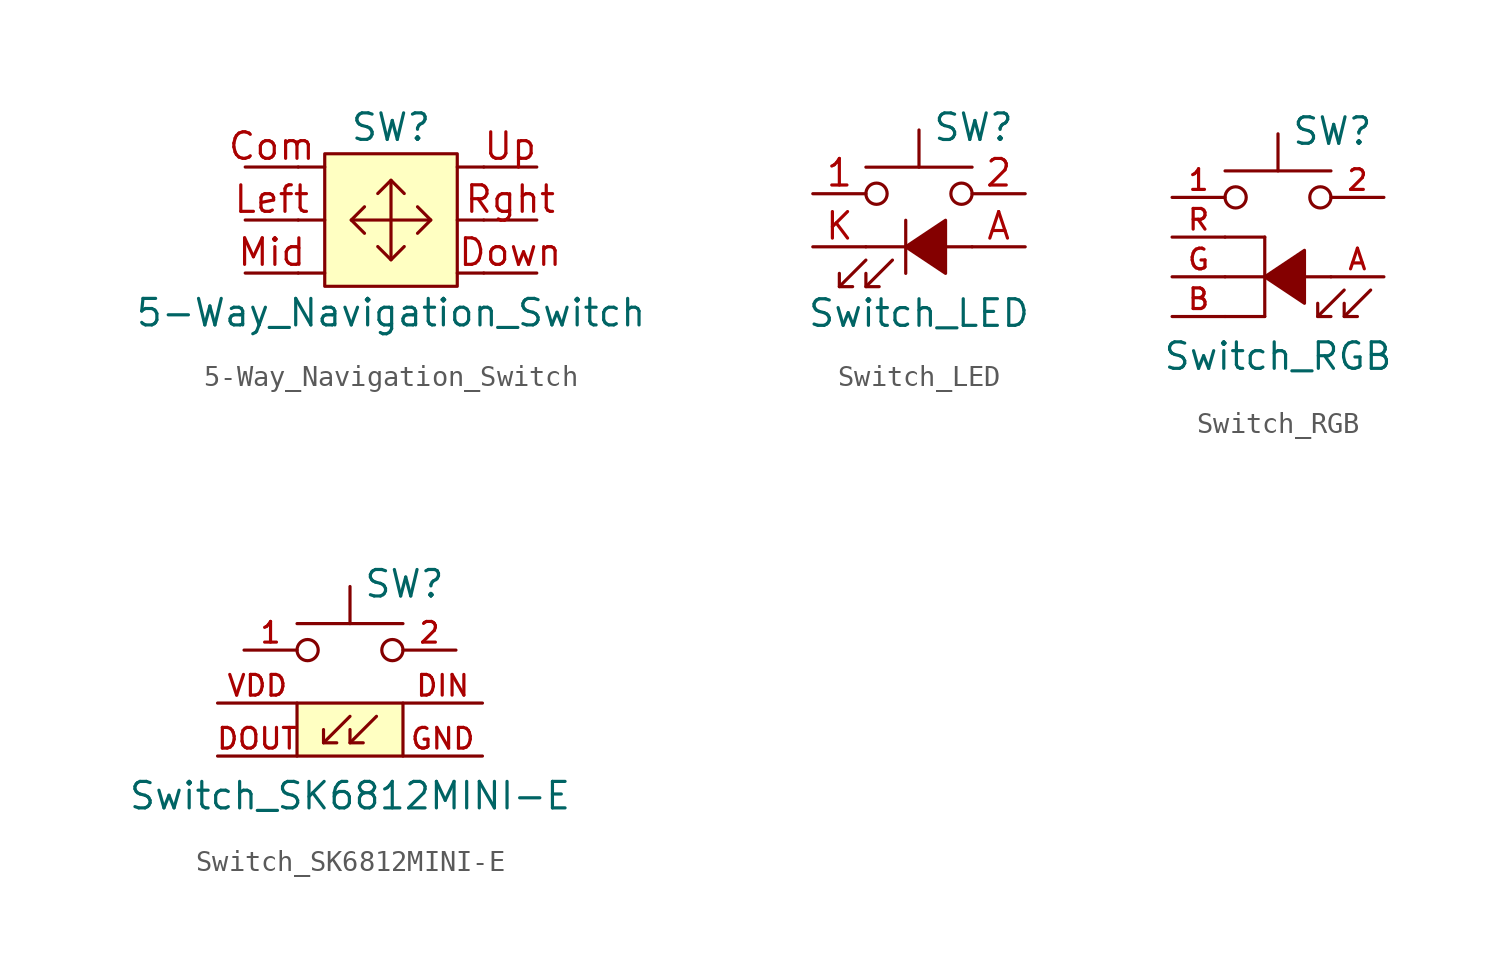
<source format=kicad_sym>
(kicad_symbol_lib
  (version 20231120)
  (generator "kicad_symbol_editor")
  (generator_version "8.0")
  (symbol "5-Way_Navigation_Switch"
    (pin_names
      (offset 1.016) hide)
    (property "Reference" "SW"
      (at 0 4.445 0)
      (effects (font (size 1.27 1.27))))
    (property "Value" "5-Way_Navigation_Switch"
      (at 0 -4.445 0)
      (effects (font (size 1.27 1.27))))
    (symbol "5-Way_Navigation_Switch_0_1"
      (rectangle (start -3.175 3.175) (end 3.175 -3.175) (stroke (width 0) (type solid)) (fill (type background)))
      (polyline (pts (xy -4.445 2.54) (xy -3.175 2.54)) (stroke (width 0) (type solid)) (fill (type none)))
      (polyline (pts (xy -3.175 -2.54) (xy -4.445 -2.54)) (stroke (width 0) (type solid)) (fill (type none)))
      (polyline (pts (xy -3.175 0) (xy -4.445 0)) (stroke (width 0) (type solid)) (fill (type none)))
      (polyline (pts (xy -1.905 0) (xy 1.905 0)) (stroke (width 0) (type solid)) (fill (type none)))
      (polyline (pts (xy 0 1.905) (xy 0 -1.905)) (stroke (width 0) (type solid)) (fill (type none)))
      (polyline (pts (xy 4.445 -2.54) (xy 3.175 -2.54)) (stroke (width 0) (type solid)) (fill (type none)))
      (polyline (pts (xy 4.445 0) (xy 3.175 0)) (stroke (width 0) (type solid)) (fill (type none)))
      (polyline (pts (xy 4.445 2.54) (xy 3.175 2.54)) (stroke (width 0) (type solid)) (fill (type none)))
      (polyline (pts (xy -1.27 -0.635) (xy -1.905 0) (xy -1.27 0.635)) (stroke (width 0) (type solid)) (fill (type none)))
      (polyline (pts (xy -0.635 1.27) (xy 0 1.905) (xy 0.635 1.27)) (stroke (width 0) (type solid)) (fill (type none)))
      (polyline (pts (xy 0.635 -1.27) (xy 0 -1.905) (xy -0.635 -1.27)) (stroke (width 0) (type solid)) (fill (type none)))
      (polyline (pts (xy 1.27 0.635) (xy 1.905 0) (xy 1.27 -0.635)) (stroke (width 0) (type solid)) (fill (type none)))
      (pin passive line (at -6.985 2.54 0) (length 2.54) (name "Com" (effects (font (size 1.27 1.27)))) (number "Com" (effects (font (size 1.27 1.27)))))
      (pin passive line (at 6.985 -2.54 180) (length 2.54) (name "Down" (effects (font (size 1.27 1.27)))) (number "Down" (effects (font (size 1.27 1.27)))))
      (pin passive line (at -6.985 0 0) (length 2.54) (name "Left" (effects (font (size 1.27 1.27)))) (number "Left" (effects (font (size 1.27 1.27)))))
      (pin passive line (at -6.985 -2.54 0) (length 2.54) (name "Mid" (effects (font (size 1.27 1.27)))) (number "Mid" (effects (font (size 1.27 1.27)))))
      (pin passive line (at 6.985 2.54 180) (length 2.54) (name "Up" (effects (font (size 1.27 1.27)))) (number "Up" (effects (font (size 1.27 1.27))))))
    (symbol "5-Way_Navigation_Switch_1_1"
      (pin passive line (at 6.985 0 180) (length 2.54) (name "Rght" (effects (font (size 1.27 1.27)))) (number "Rght" (effects (font (size 1.27 1.27)))))))
  (symbol "Switch_LED"
    (pin_names
      (offset 1.016) hide)
    (property "Reference" "SW"
      (at 0.635 3.81 0)
      (effects (font (size 1.27 1.27)) (justify left)))
    (property "Value" "Switch_LED"
      (at 0 -5.08 0)
      (effects (font (size 1.27 1.27))))
    (symbol "Switch_LED_0_0"
      (polyline (pts (xy -3.81 -3.81) (xy -2.54 -2.54)) (stroke (width 0) (type solid)) (fill (type none)))
      (polyline (pts (xy -2.54 -3.81) (xy -1.27 -2.54)) (stroke (width 0) (type solid)) (fill (type none)))
      (polyline (pts (xy -2.54 -1.905) (xy 2.54 -1.905)) (stroke (width 0) (type solid)) (fill (type none)))
      (polyline (pts (xy -0.635 -0.635) (xy -0.635 -3.175)) (stroke (width 0) (type solid)) (fill (type none)))
      (polyline (pts (xy -3.81 -3.175) (xy -3.81 -3.81) (xy -3.175 -3.81)) (stroke (width 0) (type solid)) (fill (type none)))
      (polyline (pts (xy -2.54 -3.175) (xy -2.54 -3.81) (xy -1.905 -3.81)) (stroke (width 0) (type solid)) (fill (type none)))
      (polyline (pts (xy -0.635 -1.905) (xy 1.27 -0.635) (xy 1.27 -3.175) (xy -0.635 -1.905)) (stroke (width 0) (type solid)) (fill (type outline))))
    (symbol "Switch_LED_0_1"
      (circle (center -2.032 0.635) (radius 0.508) (stroke (width 0) (type solid)) (fill (type none)))
      (polyline (pts (xy 0 1.905) (xy 0 3.683)) (stroke (width 0) (type solid)) (fill (type none)))
      (polyline (pts (xy 2.54 1.905) (xy -2.54 1.905)) (stroke (width 0) (type solid)) (fill (type none)))
      (circle (center 2.032 0.635) (radius 0.508) (stroke (width 0) (type solid)) (fill (type none)))
      (pin passive line (at -5.08 0.635 0) (length 2.54) (name "1" (effects (font (size 1.27 1.27)))) (number "1" (effects (font (size 1.27 1.27)))))
      (pin passive line (at 5.08 0.635 180) (length 2.54) (name "2" (effects (font (size 1.27 1.27)))) (number "2" (effects (font (size 1.27 1.27)))))
      (pin passive line (at 5.08 -1.905 180) (length 2.54) (name "A" (effects (font (size 1.27 1.27)))) (number "A" (effects (font (size 1.27 1.27)))))
      (pin passive line (at -5.08 -1.905 0) (length 2.54) (name "K" (effects (font (size 1.27 1.27)))) (number "K" (effects (font (size 1.27 1.27)))))))
  (symbol "Switch_RGB"
    (pin_names
      (offset 1.016) hide)
    (property "Reference" "SW"
      (at 0.635 5.08 0)
      (effects (font (size 1.27 1.27)) (justify left)))
    (property "Value" "Switch_RGB"
      (at 0 -5.715 0)
      (effects (font (size 1.27 1.27))))
    (symbol "Switch_RGB_0_0"
      (polyline (pts (xy -2.54 -1.905) (xy 2.54 -1.905)) (stroke (width 0) (type solid)) (fill (type none)))
      (polyline (pts (xy 1.905 -3.81) (xy 3.175 -2.54)) (stroke (width 0) (type solid)) (fill (type none)))
      (polyline (pts (xy 3.175 -3.81) (xy 4.445 -2.54)) (stroke (width 0) (type solid)) (fill (type none)))
      (polyline (pts (xy 1.905 -3.175) (xy 1.905 -3.81) (xy 2.54 -3.81)) (stroke (width 0) (type solid)) (fill (type none)))
      (polyline (pts (xy 3.175 -3.175) (xy 3.175 -3.81) (xy 3.81 -3.81)) (stroke (width 0) (type solid)) (fill (type none)))
      (polyline (pts (xy -0.635 -1.905) (xy 1.27 -0.635) (xy 1.27 -3.175) (xy -0.635 -1.905)) (stroke (width 0) (type solid)) (fill (type outline))))
    (symbol "Switch_RGB_0_1"
      (circle (center -2.032 1.905) (radius 0.508) (stroke (width 0) (type solid)) (fill (type none)))
      (polyline (pts (xy -0.635 -3.81) (xy -2.54 -3.81)) (stroke (width 0) (type solid)) (fill (type none)))
      (polyline (pts (xy -0.635 0) (xy -2.54 0)) (stroke (width 0) (type solid)) (fill (type none)))
      (polyline (pts (xy -0.635 0) (xy -0.635 -3.81)) (stroke (width 0) (type solid)) (fill (type none)))
      (polyline (pts (xy 0 3.175) (xy 0 4.953)) (stroke (width 0) (type solid)) (fill (type none)))
      (polyline (pts (xy 2.54 3.175) (xy -2.54 3.175)) (stroke (width 0) (type solid)) (fill (type none)))
      (circle (center 2.032 1.905) (radius 0.508) (stroke (width 0) (type solid)) (fill (type none)))
      (pin passive line (at -5.08 1.905 0) (length 2.54) (name "1" (effects (font (size 0.991 0.991)))) (number "1" (effects (font (size 0.991 0.991)))))
      (pin passive line (at 5.08 1.905 180) (length 2.54) (name "2" (effects (font (size 0.991 0.991)))) (number "2" (effects (font (size 0.991 0.991)))))
      (pin passive line (at 5.08 -1.905 180) (length 2.54) (name "A" (effects (font (size 0.991 0.991)))) (number "A" (effects (font (size 0.991 0.991)))))
      (pin passive line (at -5.08 -3.81 0) (length 2.54) (name "B" (effects (font (size 0.991 0.991)))) (number "B" (effects (font (size 0.991 0.991)))))
      (pin passive line (at -5.08 -1.905 0) (length 2.54) (name "G" (effects (font (size 0.991 0.991)))) (number "G" (effects (font (size 0.991 0.991)))))
      (pin passive line (at -5.08 0 0) (length 2.54) (name "R" (effects (font (size 0.991 0.991)))) (number "R" (effects (font (size 0.991 0.991)))))))
  (symbol "Switch_SK6812MINI-E"
    (pin_names
      (offset 1.016) hide)
    (property "Reference" "SW"
      (at 0.635 5.715 0)
      (effects (font (size 1.27 1.27)) (justify left)))
    (property "Value" "Switch_SK6812MINI-E"
      (at 0 -4.445 0)
      (effects (font (size 1.27 1.27))))
    (symbol "Switch_SK6812MINI-E_0_1"
      (circle (center -2.032 2.54) (radius 0.508) (stroke (width 0) (type solid)) (fill (type none)))
      (polyline (pts (xy 0 -0.635) (xy -1.27 -1.905)) (stroke (width 0) (type solid)) (fill (type none)))
      (polyline (pts (xy 0 3.81) (xy 0 5.588)) (stroke (width 0) (type solid)) (fill (type none)))
      (polyline (pts (xy 1.27 -0.635) (xy 0 -1.905)) (stroke (width 0) (type solid)) (fill (type none)))
      (polyline (pts (xy 2.54 3.81) (xy -2.54 3.81)) (stroke (width 0) (type solid)) (fill (type none)))
      (polyline (pts (xy -1.27 -1.27) (xy -1.27 -1.905) (xy -0.635 -1.905)) (stroke (width 0) (type solid)) (fill (type none)))
      (polyline (pts (xy 0 -1.27) (xy 0 -1.905) (xy 0.635 -1.905)) (stroke (width 0) (type solid)) (fill (type none)))
      (polyline (pts (xy -2.54 0) (xy 2.54 0) (xy 2.54 -2.54) (xy -2.54 -2.54) (xy -2.54 0)) (stroke (width 0) (type solid)) (fill (type background)))
      (circle (center 2.032 2.54) (radius 0.508) (stroke (width 0) (type solid)) (fill (type none)))
      (pin passive line (at -5.08 2.54 0) (length 2.54) (name "1" (effects (font (size 0.991 0.991)))) (number "1" (effects (font (size 0.991 0.991)))))
      (pin passive line (at 5.08 2.54 180) (length 2.54) (name "2" (effects (font (size 0.991 0.991)))) (number "2" (effects (font (size 0.991 0.991)))))
      (pin input line (at 6.35 0 180) (length 3.81) (name "DIN" (effects (font (size 0.991 0.991)))) (number "DIN" (effects (font (size 0.991 0.991)))))
      (pin input line (at -6.35 -2.54 0) (length 3.81) (name "DOUT" (effects (font (size 0.991 0.991)))) (number "DOUT" (effects (font (size 0.991 0.991)))))
      (pin input line (at 6.35 -2.54 180) (length 3.81) (name "GND" (effects (font (size 0.991 0.991)))) (number "GND" (effects (font (size 0.991 0.991)))))
      (pin input line (at -6.35 0 0) (length 3.81) (name "VDD" (effects (font (size 0.991 0.991)))) (number "VDD" (effects (font (size 0.991 0.991))))))))
</source>
